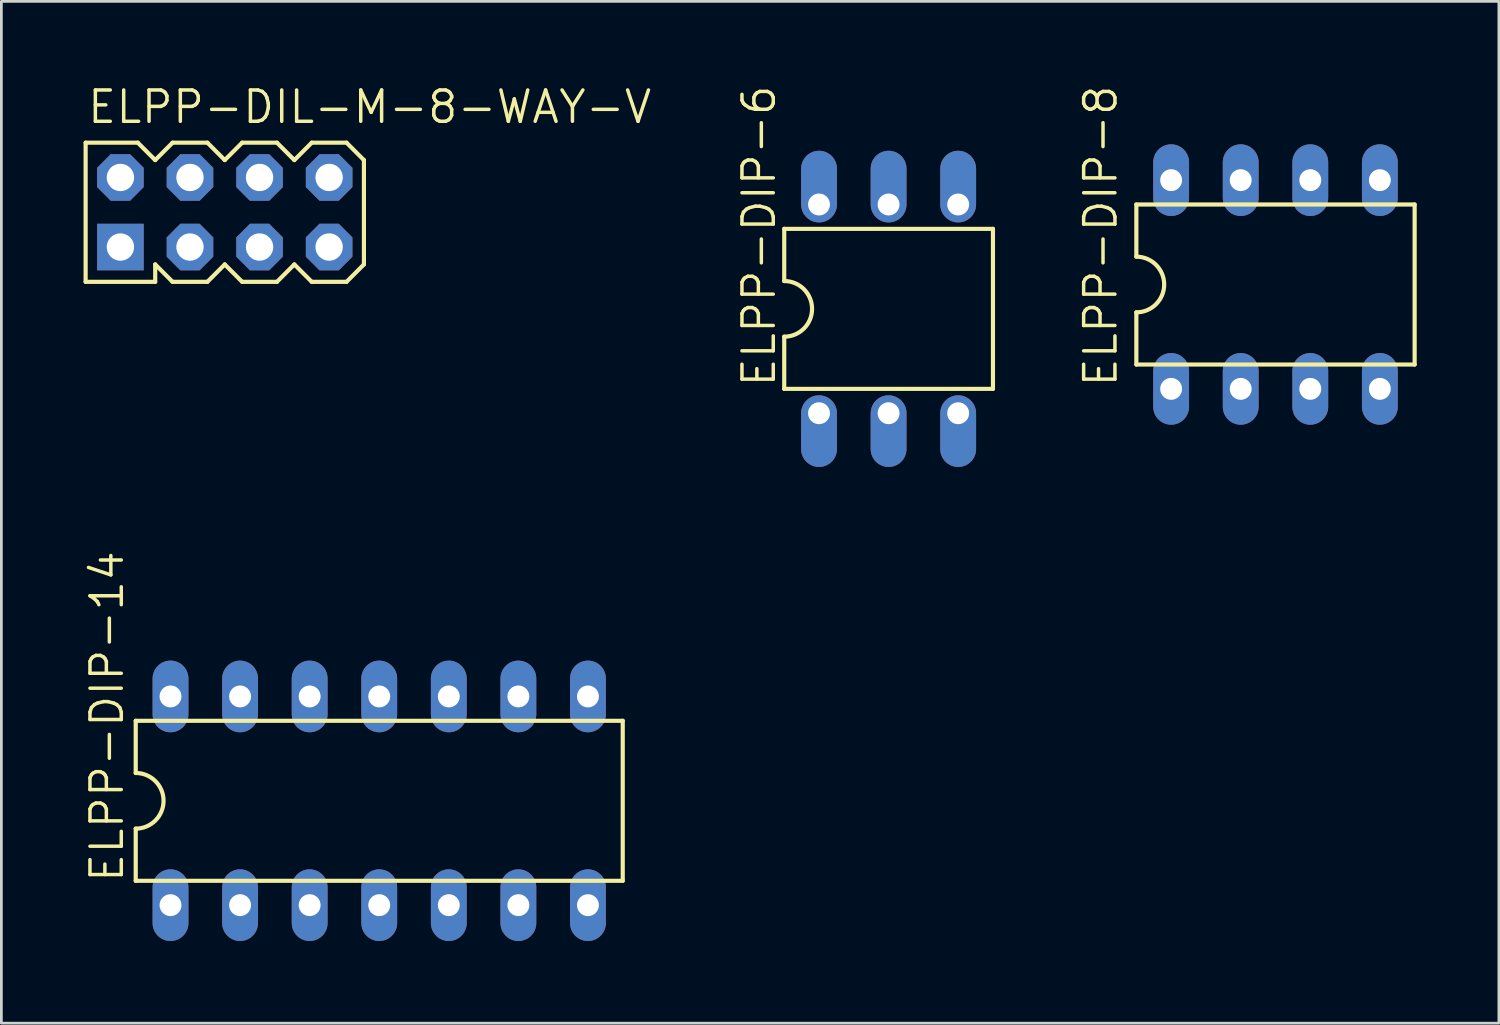
<source format=kicad_pcb>
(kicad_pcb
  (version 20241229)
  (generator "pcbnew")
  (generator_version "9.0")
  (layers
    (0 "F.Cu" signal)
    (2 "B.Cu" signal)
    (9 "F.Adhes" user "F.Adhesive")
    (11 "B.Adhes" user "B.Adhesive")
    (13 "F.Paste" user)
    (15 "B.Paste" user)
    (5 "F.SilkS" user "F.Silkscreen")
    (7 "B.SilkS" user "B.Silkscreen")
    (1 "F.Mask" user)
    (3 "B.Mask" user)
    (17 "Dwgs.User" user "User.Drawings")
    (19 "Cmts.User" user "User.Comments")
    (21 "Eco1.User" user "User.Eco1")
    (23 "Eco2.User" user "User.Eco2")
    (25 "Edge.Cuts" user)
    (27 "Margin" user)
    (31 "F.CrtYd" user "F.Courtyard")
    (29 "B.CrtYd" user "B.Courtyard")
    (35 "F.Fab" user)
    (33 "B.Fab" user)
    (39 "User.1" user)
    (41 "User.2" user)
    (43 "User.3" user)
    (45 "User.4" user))
  (footprint "ELPP-DIP-8"
    (layer "F.Cu")
    (at 43.516 7.337)
    (property "Reference" "ELPP-DIP-8" (at -5.715 3.81 90) (unlocked yes) (layer "F.SilkS") (effects (font (size 1.143 1.143) (thickness 0.127)) (justify left bottom)))
    (fp_line (start -5.08 -2.921) (end -5.08 -1.016) (stroke (width 0.152) (type solid)) (layer "F.SilkS"))
    (fp_line (start -5.08 2.921) (end -5.08 1.016) (stroke (width 0.152) (type solid)) (layer "F.SilkS"))
    (fp_line (start -5.08 2.921) (end 5.08 2.921) (stroke (width 0.152) (type solid)) (layer "F.SilkS"))
    (fp_line (start 5.08 -2.921) (end -5.08 -2.921) (stroke (width 0.152) (type solid)) (layer "F.SilkS"))
    (fp_line (start 5.08 -2.921) (end 5.08 2.921) (stroke (width 0.152) (type solid)) (layer "F.SilkS"))
    (fp_arc (start -5.08 -1.016) (mid -4.064 0) (end -5.08 1.016) (stroke (width 0.1524) (type solid)) (layer "F.SilkS"))
    (pad "1" thru_hole oval (at -3.81 3.81 90) (size 2.616 1.308) (drill 0.8) (layers "*.Cu" "*.Mask"))
    (pad "2" thru_hole oval (at -1.27 3.81 90) (size 2.616 1.308) (drill 0.8) (layers "*.Cu" "*.Mask"))
    (pad "3" thru_hole oval (at 1.27 3.81 90) (size 2.616 1.308) (drill 0.8) (layers "*.Cu" "*.Mask"))
    (pad "4" thru_hole oval (at 3.81 3.81 90) (size 2.616 1.308) (drill 0.8) (layers "*.Cu" "*.Mask"))
    (pad "5" thru_hole oval (at 3.81 -3.81 90) (size 2.616 1.308) (drill 0.8) (layers "*.Cu" "*.Mask"))
    (pad "6" thru_hole oval (at 1.27 -3.81 90) (size 2.616 1.308) (drill 0.8) (layers "*.Cu" "*.Mask"))
    (pad "7" thru_hole oval (at -1.27 -3.81 90) (size 2.616 1.308) (drill 0.8) (layers "*.Cu" "*.Mask"))
    (pad "8" thru_hole oval (at -3.81 -3.81 90) (size 2.616 1.308) (drill 0.8) (layers "*.Cu" "*.Mask")))
  (footprint "ELPP-DIP-14"
    (layer "F.Cu")
    (at 10.795 26.186)
    (property "Reference" "ELPP-DIP-14" (at -9.271 3.048 90) (unlocked yes) (layer "F.SilkS") (effects (font (size 1.143 1.143) (thickness 0.127)) (justify left bottom)))
    (fp_line (start -8.89 -2.921) (end -8.89 -1.016) (stroke (width 0.152) (type solid)) (layer "F.SilkS"))
    (fp_line (start -8.89 2.921) (end -8.89 1.016) (stroke (width 0.152) (type solid)) (layer "F.SilkS"))
    (fp_line (start -8.89 2.921) (end 8.89 2.921) (stroke (width 0.152) (type solid)) (layer "F.SilkS"))
    (fp_line (start 8.89 -2.921) (end -8.89 -2.921) (stroke (width 0.152) (type solid)) (layer "F.SilkS"))
    (fp_line (start 8.89 -2.921) (end 8.89 2.921) (stroke (width 0.152) (type solid)) (layer "F.SilkS"))
    (fp_arc (start -8.89 -1.016) (mid -7.874 0) (end -8.89 1.016) (stroke (width 0.1524) (type solid)) (layer "F.SilkS"))
    (pad "1" thru_hole oval (at -7.62 3.81 90) (size 2.616 1.308) (drill 0.8) (layers "*.Cu" "*.Mask"))
    (pad "2" thru_hole oval (at -5.08 3.81 90) (size 2.616 1.308) (drill 0.8) (layers "*.Cu" "*.Mask"))
    (pad "3" thru_hole oval (at -2.54 3.81 90) (size 2.616 1.308) (drill 0.8) (layers "*.Cu" "*.Mask"))
    (pad "4" thru_hole oval (at 0 3.81 90) (size 2.616 1.308) (drill 0.8) (layers "*.Cu" "*.Mask"))
    (pad "5" thru_hole oval (at 2.54 3.81 90) (size 2.616 1.308) (drill 0.8) (layers "*.Cu" "*.Mask"))
    (pad "6" thru_hole oval (at 5.08 3.81 90) (size 2.616 1.308) (drill 0.8) (layers "*.Cu" "*.Mask"))
    (pad "7" thru_hole oval (at 7.62 3.81 90) (size 2.616 1.308) (drill 0.8) (layers "*.Cu" "*.Mask"))
    (pad "8" thru_hole oval (at 7.62 -3.81 90) (size 2.616 1.308) (drill 0.8) (layers "*.Cu" "*.Mask"))
    (pad "9" thru_hole oval (at 5.08 -3.81 90) (size 2.616 1.308) (drill 0.8) (layers "*.Cu" "*.Mask"))
    (pad "10" thru_hole oval (at 2.54 -3.81 90) (size 2.616 1.308) (drill 0.8) (layers "*.Cu" "*.Mask"))
    (pad "11" thru_hole oval (at 0 -3.81 90) (size 2.616 1.308) (drill 0.8) (layers "*.Cu" "*.Mask"))
    (pad "12" thru_hole oval (at -2.54 -3.81 90) (size 2.616 1.308) (drill 0.8) (layers "*.Cu" "*.Mask"))
    (pad "13" thru_hole oval (at -5.08 -3.81 90) (size 2.616 1.308) (drill 0.8) (layers "*.Cu" "*.Mask"))
    (pad "14" thru_hole oval (at -7.62 -3.81 90) (size 2.616 1.308) (drill 0.8) (layers "*.Cu" "*.Mask")))
  (footprint "ELPP-DIP-6"
    (layer "F.Cu")
    (at 29.391 8.226)
    (property "Reference" "ELPP-DIP-6" (at -4.064 2.921 90) (unlocked yes) (layer "F.SilkS") (effects (font (size 1.143 1.143) (thickness 0.127)) (justify left bottom)))
    (fp_line (start -3.81 -2.921) (end -3.81 -1.016) (stroke (width 0.152) (type solid)) (layer "F.SilkS"))
    (fp_line (start -3.81 2.921) (end -3.81 1.016) (stroke (width 0.152) (type solid)) (layer "F.SilkS"))
    (fp_line (start -3.81 2.921) (end 3.81 2.921) (stroke (width 0.152) (type solid)) (layer "F.SilkS"))
    (fp_line (start 3.81 -2.921) (end -3.81 -2.921) (stroke (width 0.152) (type solid)) (layer "F.SilkS"))
    (fp_line (start 3.81 -2.921) (end 3.81 2.921) (stroke (width 0.152) (type solid)) (layer "F.SilkS"))
    (fp_arc (start -3.81 -1.016) (mid -2.794 0) (end -3.81 1.016) (stroke (width 0.1524) (type solid)) (layer "F.SilkS"))
    (pad "1" thru_hole oval (at -2.54 3.81 270) (size 2.616 1.308) (drill 0.8 (offset 0.654 0)) (layers "*.Cu" "*.Mask"))
    (pad "2" thru_hole oval (at 0 3.81 270) (size 2.616 1.308) (drill 0.8 (offset 0.654 0)) (layers "*.Cu" "*.Mask"))
    (pad "3" thru_hole oval (at 2.54 3.81 270) (size 2.616 1.308) (drill 0.8 (offset 0.654 0)) (layers "*.Cu" "*.Mask"))
    (pad "4" thru_hole oval (at 2.54 -3.81 90) (size 2.616 1.308) (drill 0.8 (offset 0.654 0)) (layers "*.Cu" "*.Mask"))
    (pad "5" thru_hole oval (at 0 -3.81 90) (size 2.616 1.308) (drill 0.8 (offset 0.654 0)) (layers "*.Cu" "*.Mask"))
    (pad "6" thru_hole oval (at -2.54 -3.81 90) (size 2.616 1.308) (drill 0.8 (offset 0.654 0)) (layers "*.Cu" "*.Mask")))
  (footprint "ELPP-DIL-M-8-WAY-V"
    (layer "F.Cu")
    (at 5.156 4.699)
    (property "Reference" "ELPP-DIL-M-8-WAY-V" (at -5.08 -3.175 0) (unlocked yes) (layer "F.SilkS") (effects (font (size 1.143 1.143) (thickness 0.127)) (justify left bottom)))
    (fp_line (start -5.08 -2.54) (end -3.175 -2.54) (stroke (width 0.152) (type solid)) (layer "F.SilkS"))
    (fp_line (start -5.08 2.54) (end -5.08 -2.54) (stroke (width 0.152) (type solid)) (layer "F.SilkS"))
    (fp_line (start -5.08 2.54) (end -2.54 2.54) (stroke (width 0.152) (type solid)) (layer "F.SilkS"))
    (fp_line (start -3.175 -2.54) (end -2.54 -1.905) (stroke (width 0.152) (type solid)) (layer "F.SilkS"))
    (fp_line (start -2.54 -1.905) (end -1.905 -2.54) (stroke (width 0.152) (type solid)) (layer "F.SilkS"))
    (fp_line (start -2.54 2.54) (end -2.54 1.905) (stroke (width 0.152) (type solid)) (layer "F.SilkS"))
    (fp_line (start -1.905 -2.54) (end -0.635 -2.54) (stroke (width 0.152) (type solid)) (layer "F.SilkS"))
    (fp_line (start -1.905 2.54) (end -2.54 1.905) (stroke (width 0.152) (type solid)) (layer "F.SilkS"))
    (fp_line (start -0.635 -2.54) (end 0 -1.905) (stroke (width 0.152) (type solid)) (layer "F.SilkS"))
    (fp_line (start -0.635 2.54) (end -1.905 2.54) (stroke (width 0.152) (type solid)) (layer "F.SilkS"))
    (fp_line (start 0 -1.905) (end 0.635 -2.54) (stroke (width 0.152) (type solid)) (layer "F.SilkS"))
    (fp_line (start 0 1.905) (end -0.635 2.54) (stroke (width 0.152) (type solid)) (layer "F.SilkS"))
    (fp_line (start 0.635 -2.54) (end 1.905 -2.54) (stroke (width 0.152) (type solid)) (layer "F.SilkS"))
    (fp_line (start 0.635 2.54) (end 0 1.905) (stroke (width 0.152) (type solid)) (layer "F.SilkS"))
    (fp_line (start 1.905 -2.54) (end 2.54 -1.905) (stroke (width 0.152) (type solid)) (layer "F.SilkS"))
    (fp_line (start 1.905 2.54) (end 0.635 2.54) (stroke (width 0.152) (type solid)) (layer "F.SilkS"))
    (fp_line (start 2.54 1.905) (end 1.905 2.54) (stroke (width 0.152) (type solid)) (layer "F.SilkS"))
    (fp_line (start 2.54 1.905) (end 3.175 2.54) (stroke (width 0.152) (type solid)) (layer "F.SilkS"))
    (fp_line (start 3.175 -2.54) (end 2.54 -1.905) (stroke (width 0.152) (type solid)) (layer "F.SilkS"))
    (fp_line (start 3.175 -2.54) (end 4.445 -2.54) (stroke (width 0.152) (type solid)) (layer "F.SilkS"))
    (fp_line (start 4.445 -2.54) (end 5.08 -1.905) (stroke (width 0.152) (type solid)) (layer "F.SilkS"))
    (fp_line (start 4.445 2.54) (end 3.175 2.54) (stroke (width 0.152) (type solid)) (layer "F.SilkS"))
    (fp_line (start 5.08 1.905) (end 4.445 2.54) (stroke (width 0.152) (type solid)) (layer "F.SilkS"))
    (fp_line (start 5.08 1.905) (end 5.08 -1.905) (stroke (width 0.152) (type solid)) (layer "F.SilkS"))
    (fp_poly (pts (xy -4.064 -1.016) (xy -3.556 -1.016) (xy -3.556 -1.524) (xy -4.064 -1.524)) (stroke (width 0.1) (type default)) (fill no) (layer "F.Fab"))
    (fp_poly (pts (xy -4.064 1.524) (xy -3.556 1.524) (xy -3.556 1.016) (xy -4.064 1.016)) (stroke (width 0.1) (type default)) (fill no) (layer "F.Fab"))
    (fp_poly (pts (xy -1.524 -1.016) (xy -1.016 -1.016) (xy -1.016 -1.524) (xy -1.524 -1.524)) (stroke (width 0.1) (type default)) (fill no) (layer "F.Fab"))
    (fp_poly (pts (xy -1.524 1.524) (xy -1.016 1.524) (xy -1.016 1.016) (xy -1.524 1.016)) (stroke (width 0.1) (type default)) (fill no) (layer "F.Fab"))
    (fp_poly (pts (xy 1.016 -1.016) (xy 1.524 -1.016) (xy 1.524 -1.524) (xy 1.016 -1.524)) (stroke (width 0.1) (type default)) (fill no) (layer "F.Fab"))
    (fp_poly (pts (xy 1.016 1.524) (xy 1.524 1.524) (xy 1.524 1.016) (xy 1.016 1.016)) (stroke (width 0.1) (type default)) (fill no) (layer "F.Fab"))
    (fp_poly (pts (xy 3.556 -1.016) (xy 4.064 -1.016) (xy 4.064 -1.524) (xy 3.556 -1.524)) (stroke (width 0.1) (type default)) (fill no) (layer "F.Fab"))
    (fp_poly (pts (xy 3.556 1.524) (xy 4.064 1.524) (xy 4.064 1.016) (xy 3.556 1.016)) (stroke (width 0.1) (type default)) (fill no) (layer "F.Fab"))
    (pad "1" thru_hole rect (at -3.81 1.27 90) (size 1.7 1.7) (drill 1) (layers "*.Cu" "*.Mask"))
    (pad "2" thru_hole roundrect (at -3.81 -1.27 90) (size 1.7 1.7) (drill 1) (layers "*.Cu" "*.Mask") (roundrect_rratio 0.25) (chamfer_ratio 0.293) (chamfer top_left top_right bottom_left bottom_right))
    (pad "3" thru_hole roundrect (at -1.27 1.27 90) (size 1.7 1.7) (drill 1) (layers "*.Cu" "*.Mask") (roundrect_rratio 0.25) (chamfer_ratio 0.293) (chamfer top_left top_right bottom_left bottom_right))
    (pad "4" thru_hole roundrect (at -1.27 -1.27 90) (size 1.7 1.7) (drill 1) (layers "*.Cu" "*.Mask") (roundrect_rratio 0.25) (chamfer_ratio 0.293) (chamfer top_left top_right bottom_left bottom_right))
    (pad "5" thru_hole roundrect (at 1.27 1.27 90) (size 1.7 1.7) (drill 1) (layers "*.Cu" "*.Mask") (roundrect_rratio 0.25) (chamfer_ratio 0.293) (chamfer top_left top_right bottom_left bottom_right))
    (pad "6" thru_hole roundrect (at 1.27 -1.27 90) (size 1.7 1.7) (drill 1) (layers "*.Cu" "*.Mask") (roundrect_rratio 0.25) (chamfer_ratio 0.293) (chamfer top_left top_right bottom_left bottom_right))
    (pad "7" thru_hole roundrect (at 3.81 1.27 90) (size 1.7 1.7) (drill 1) (layers "*.Cu" "*.Mask") (roundrect_rratio 0.25) (chamfer_ratio 0.293) (chamfer top_left top_right bottom_left bottom_right))
    (pad "8" thru_hole roundrect (at 3.81 -1.27 90) (size 1.7 1.7) (drill 1) (layers "*.Cu" "*.Mask") (roundrect_rratio 0.25) (chamfer_ratio 0.293) (chamfer top_left top_right bottom_left bottom_right)))
  (gr_rect
    (start -3 -3)
    (end 51.672 34.304)
    (stroke (width 0.1) (type default))
    (fill no)
    (layer "Edge.Cuts")))
</source>
